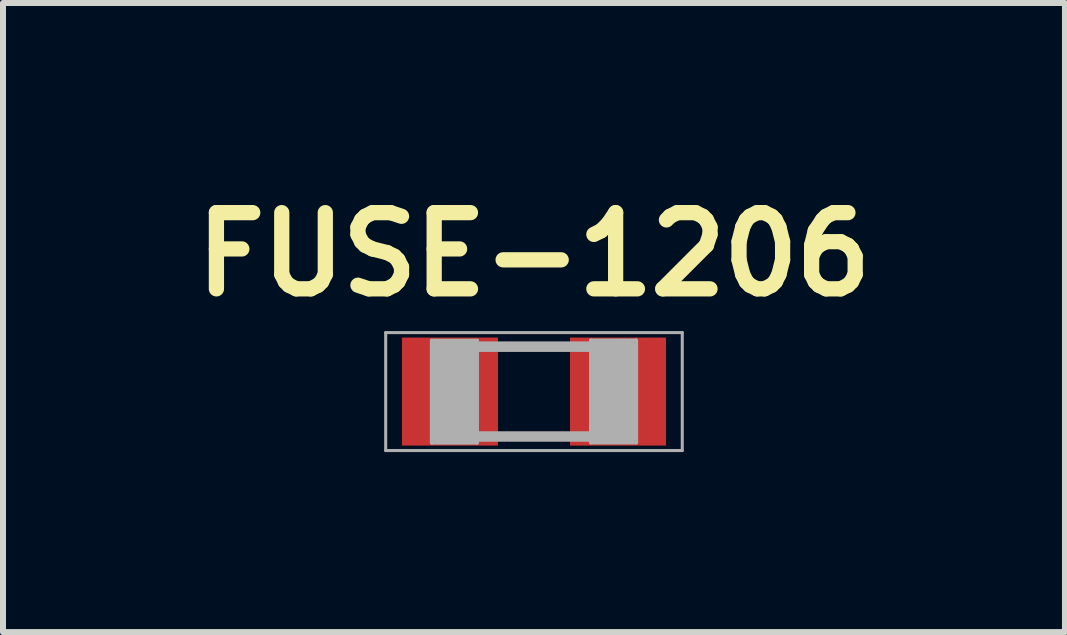
<source format=kicad_pcb>
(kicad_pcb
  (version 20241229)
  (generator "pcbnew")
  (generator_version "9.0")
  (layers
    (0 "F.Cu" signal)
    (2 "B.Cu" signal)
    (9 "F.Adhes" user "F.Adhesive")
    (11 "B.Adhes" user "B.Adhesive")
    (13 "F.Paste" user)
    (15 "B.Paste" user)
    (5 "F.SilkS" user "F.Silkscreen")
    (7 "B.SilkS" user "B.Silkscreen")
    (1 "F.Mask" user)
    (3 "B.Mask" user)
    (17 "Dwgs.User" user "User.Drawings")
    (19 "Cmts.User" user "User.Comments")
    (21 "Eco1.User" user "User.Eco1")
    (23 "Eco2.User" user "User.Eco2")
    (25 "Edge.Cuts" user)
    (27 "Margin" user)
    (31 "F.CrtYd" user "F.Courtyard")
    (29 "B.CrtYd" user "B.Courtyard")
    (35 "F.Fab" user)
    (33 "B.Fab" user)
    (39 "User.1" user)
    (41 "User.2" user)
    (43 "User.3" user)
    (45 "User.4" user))
  (footprint "FUSE-1206"
    (layer "F.Cu")
    (at 5.848 3.475)
    (property "Reference" "FUSE-1206" (at 0 -2.286 0) (layer "F.SilkS") (effects (font (size 1.27 1.27) (thickness 0.254))))
    (attr smd)
    (fp_line (start -2.471 -0.983) (end 2.471 -0.983) (stroke (width 0.051) (type solid)) (layer "F.Fab"))
    (fp_line (start -2.471 0.983) (end -2.471 -0.983) (stroke (width 0.051) (type solid)) (layer "F.Fab"))
    (fp_line (start -1.702 -0.848) (end -0.95 -0.848) (stroke (width 0.066) (type solid)) (layer "F.Fab"))
    (fp_line (start -1.702 0.851) (end -1.702 -0.848) (stroke (width 0.066) (type solid)) (layer "F.Fab"))
    (fp_line (start -1.702 0.851) (end -0.95 0.851) (stroke (width 0.066) (type solid)) (layer "F.Fab"))
    (fp_line (start -1.575 -0.711) (end -1.575 0.711) (stroke (width 0.28) (type solid)) (layer "F.Fab"))
    (fp_line (start -1.422 -0.711) (end -1.422 0.711) (stroke (width 0.28) (type solid)) (layer "F.Fab"))
    (fp_line (start -1.27 -0.711) (end -1.27 0.711) (stroke (width 0.28) (type solid)) (layer "F.Fab"))
    (fp_line (start -1.118 -0.711) (end -1.118 0.711) (stroke (width 0.28) (type solid)) (layer "F.Fab"))
    (fp_line (start -1.067 -0.711) (end -1.067 0.711) (stroke (width 0.28) (type solid)) (layer "F.Fab"))
    (fp_line (start -0.965 -0.711) (end 0.914 -0.711) (stroke (width 0.1) (type solid)) (layer "F.Fab"))
    (fp_line (start -0.965 0.711) (end 0.965 0.711) (stroke (width 0.1) (type solid)) (layer "F.Fab"))
    (fp_line (start -0.963 -0.785) (end 0.963 -0.785) (stroke (width 0.102) (type solid)) (layer "F.Fab"))
    (fp_line (start -0.963 0.785) (end 0.963 0.785) (stroke (width 0.102) (type solid)) (layer "F.Fab"))
    (fp_line (start -0.95 0.851) (end -0.95 -0.848) (stroke (width 0.066) (type solid)) (layer "F.Fab"))
    (fp_line (start 0.95 -0.851) (end 1.702 -0.851) (stroke (width 0.066) (type solid)) (layer "F.Fab"))
    (fp_line (start 0.95 0.848) (end 0.95 -0.851) (stroke (width 0.066) (type solid)) (layer "F.Fab"))
    (fp_line (start 0.95 0.848) (end 1.702 0.848) (stroke (width 0.066) (type solid)) (layer "F.Fab"))
    (fp_line (start 1.067 -0.711) (end 1.067 0.711) (stroke (width 0.28) (type solid)) (layer "F.Fab"))
    (fp_line (start 1.219 -0.711) (end 1.219 0.711) (stroke (width 0.28) (type solid)) (layer "F.Fab"))
    (fp_line (start 1.372 -0.711) (end 1.372 0.711) (stroke (width 0.28) (type solid)) (layer "F.Fab"))
    (fp_line (start 1.524 -0.711) (end 1.524 0.711) (stroke (width 0.28) (type solid)) (layer "F.Fab"))
    (fp_line (start 1.575 -0.711) (end 1.575 0.711) (stroke (width 0.28) (type solid)) (layer "F.Fab"))
    (fp_line (start 1.702 0.848) (end 1.702 -0.851) (stroke (width 0.066) (type solid)) (layer "F.Fab"))
    (fp_line (start 2.471 -0.983) (end 2.471 0.983) (stroke (width 0.051) (type solid)) (layer "F.Fab"))
    (fp_line (start 2.471 0.983) (end -2.471 0.983) (stroke (width 0.051) (type solid)) (layer "F.Fab"))
    (pad "1" smd rect (at -1.4 0) (size 1.6 1.8) (layers "F.Cu" "F.Mask" "F.Paste"))
    (pad "2" smd rect (at 1.4 0) (size 1.6 1.8) (layers "F.Cu" "F.Mask" "F.Paste")))
  (gr_rect
    (start -3 -3)
    (end 14.696 7.483)
    (stroke (width 0.1) (type default))
    (fill no)
    (layer "Edge.Cuts")))
</source>
